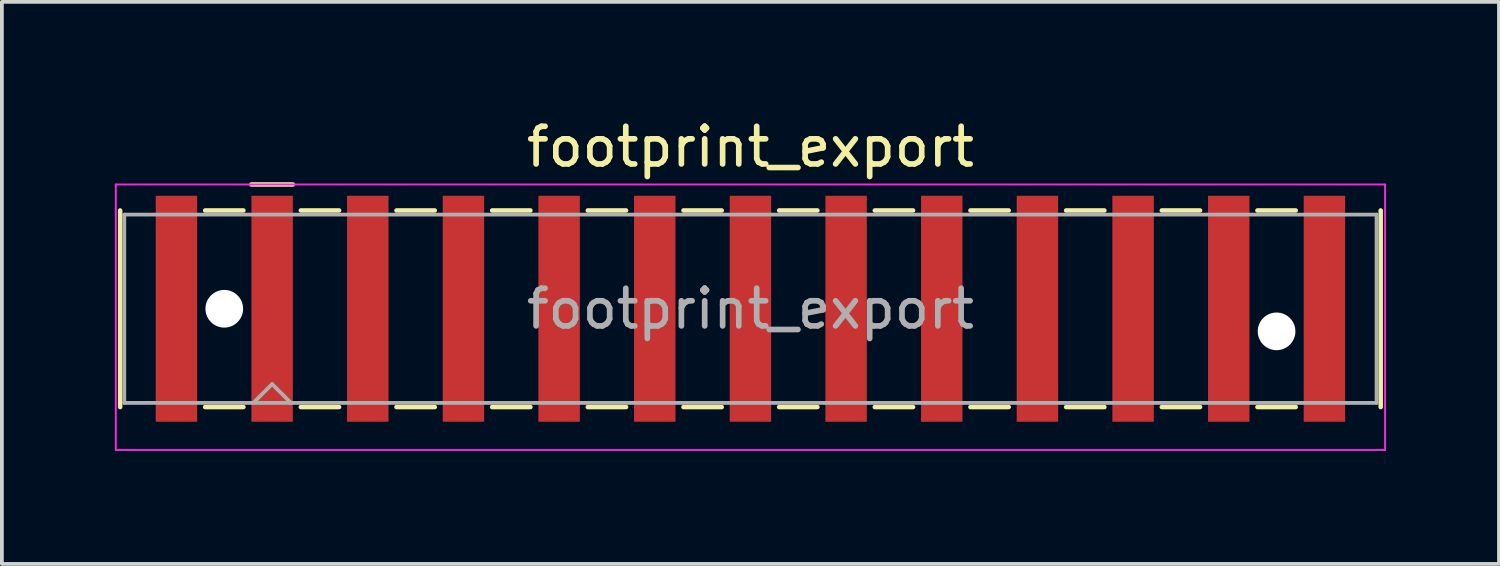
<source format=kicad_pcb>
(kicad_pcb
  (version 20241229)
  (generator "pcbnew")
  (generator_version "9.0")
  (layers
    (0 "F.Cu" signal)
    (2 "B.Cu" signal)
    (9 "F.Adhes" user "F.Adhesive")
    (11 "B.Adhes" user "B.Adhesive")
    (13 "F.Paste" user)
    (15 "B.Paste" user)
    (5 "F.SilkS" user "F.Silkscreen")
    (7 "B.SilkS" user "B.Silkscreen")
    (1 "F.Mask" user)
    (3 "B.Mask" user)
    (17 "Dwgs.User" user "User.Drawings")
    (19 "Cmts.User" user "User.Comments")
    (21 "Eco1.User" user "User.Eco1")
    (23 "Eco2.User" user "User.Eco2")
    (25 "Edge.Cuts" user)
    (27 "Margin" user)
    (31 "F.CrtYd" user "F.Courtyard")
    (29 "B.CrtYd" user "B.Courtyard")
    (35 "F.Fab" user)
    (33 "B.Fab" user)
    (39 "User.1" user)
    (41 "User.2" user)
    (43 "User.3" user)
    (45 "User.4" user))
  (footprint "footprint_export"
    (layer "F.Cu")
    (at 16.875 5.148)
    (property "Reference" "footprint_export" (at 0 -4.3 0) (layer "F.SilkS") (effects (font (size 1 1) (thickness 0.15))))
    (attr smd)
    (fp_line (start -16.735 -2.61) (end -16.735 2.61) (stroke (width 0.12) (type solid)) (layer "F.SilkS"))
    (fp_line (start -14.478 -2.61) (end -13.462 -2.61) (stroke (width 0.12) (type solid)) (layer "F.SilkS"))
    (fp_line (start -14.478 2.61) (end -13.462 2.61) (stroke (width 0.12) (type solid)) (layer "F.SilkS"))
    (fp_line (start -13.25 -3.3) (end -12.15 -3.3) (stroke (width 0.12) (type solid)) (layer "F.SilkS"))
    (fp_line (start -11.938 -2.61) (end -10.922 -2.61) (stroke (width 0.12) (type solid)) (layer "F.SilkS"))
    (fp_line (start -11.938 2.61) (end -10.922 2.61) (stroke (width 0.12) (type solid)) (layer "F.SilkS"))
    (fp_line (start -9.398 -2.61) (end -8.382 -2.61) (stroke (width 0.12) (type solid)) (layer "F.SilkS"))
    (fp_line (start -9.398 2.61) (end -8.382 2.61) (stroke (width 0.12) (type solid)) (layer "F.SilkS"))
    (fp_line (start -6.858 -2.61) (end -5.842 -2.61) (stroke (width 0.12) (type solid)) (layer "F.SilkS"))
    (fp_line (start -6.858 2.61) (end -5.842 2.61) (stroke (width 0.12) (type solid)) (layer "F.SilkS"))
    (fp_line (start -4.318 -2.61) (end -3.302 -2.61) (stroke (width 0.12) (type solid)) (layer "F.SilkS"))
    (fp_line (start -4.318 2.61) (end -3.302 2.61) (stroke (width 0.12) (type solid)) (layer "F.SilkS"))
    (fp_line (start -1.778 -2.61) (end -0.762 -2.61) (stroke (width 0.12) (type solid)) (layer "F.SilkS"))
    (fp_line (start -1.778 2.61) (end -0.762 2.61) (stroke (width 0.12) (type solid)) (layer "F.SilkS"))
    (fp_line (start 0.762 -2.61) (end 1.778 -2.61) (stroke (width 0.12) (type solid)) (layer "F.SilkS"))
    (fp_line (start 0.762 2.61) (end 1.778 2.61) (stroke (width 0.12) (type solid)) (layer "F.SilkS"))
    (fp_line (start 3.302 -2.61) (end 4.318 -2.61) (stroke (width 0.12) (type solid)) (layer "F.SilkS"))
    (fp_line (start 3.302 2.61) (end 4.318 2.61) (stroke (width 0.12) (type solid)) (layer "F.SilkS"))
    (fp_line (start 5.842 -2.61) (end 6.858 -2.61) (stroke (width 0.12) (type solid)) (layer "F.SilkS"))
    (fp_line (start 5.842 2.61) (end 6.858 2.61) (stroke (width 0.12) (type solid)) (layer "F.SilkS"))
    (fp_line (start 8.382 -2.61) (end 9.398 -2.61) (stroke (width 0.12) (type solid)) (layer "F.SilkS"))
    (fp_line (start 8.382 2.61) (end 9.398 2.61) (stroke (width 0.12) (type solid)) (layer "F.SilkS"))
    (fp_line (start 10.922 -2.61) (end 11.938 -2.61) (stroke (width 0.12) (type solid)) (layer "F.SilkS"))
    (fp_line (start 10.922 2.61) (end 11.938 2.61) (stroke (width 0.12) (type solid)) (layer "F.SilkS"))
    (fp_line (start 13.462 -2.61) (end 14.478 -2.61) (stroke (width 0.12) (type solid)) (layer "F.SilkS"))
    (fp_line (start 13.462 2.61) (end 14.478 2.61) (stroke (width 0.12) (type solid)) (layer "F.SilkS"))
    (fp_line (start 16.735 -2.61) (end 16.735 2.61) (stroke (width 0.12) (type solid)) (layer "F.SilkS"))
    (fp_line (start -16.85 -3.3) (end -16.85 3.75) (stroke (width 0.05) (type solid)) (layer "F.CrtYd"))
    (fp_line (start -16.85 3.75) (end 16.85 3.75) (stroke (width 0.05) (type solid)) (layer "F.CrtYd"))
    (fp_line (start 16.85 -3.3) (end -16.85 -3.3) (stroke (width 0.05) (type solid)) (layer "F.CrtYd"))
    (fp_line (start 16.85 3.75) (end 16.85 -3.3) (stroke (width 0.05) (type solid)) (layer "F.CrtYd"))
    (fp_line (start -16.625 -2.5) (end -16.625 2.5) (stroke (width 0.1) (type solid)) (layer "F.Fab"))
    (fp_line (start -16.625 2.5) (end 16.625 2.5) (stroke (width 0.1) (type solid)) (layer "F.Fab"))
    (fp_line (start -13.2 2.5) (end -12.7 2) (stroke (width 0.1) (type solid)) (layer "F.Fab"))
    (fp_line (start -12.7 2) (end -12.2 2.5) (stroke (width 0.1) (type solid)) (layer "F.Fab"))
    (fp_line (start 16.625 -2.5) (end -16.625 -2.5) (stroke (width 0.1) (type solid)) (layer "F.Fab"))
    (fp_line (start 16.625 2.5) (end 16.625 -2.5) (stroke (width 0.1) (type solid)) (layer "F.Fab"))
    (fp_text user "${REFERENCE}" (at 0 0 0) (layer "F.Fab") (effects (font (size 1 1) (thickness 0.15))))
    (pad "" np_thru_hole circle (at -13.97 0) (size 1 1) (drill 1) (layers "*.Cu" "*.Mask"))
    (pad "" np_thru_hole circle (at 13.97 0.6) (size 1 1) (drill 1) (layers "*.Cu" "*.Mask"))
    (pad "1" smd rect (at -12.7 0) (size 1.1 6) (layers "F.Cu" "F.Mask" "F.Paste"))
    (pad "2" smd rect (at -10.16 0) (size 1.1 6) (layers "F.Cu" "F.Mask" "F.Paste"))
    (pad "3" smd rect (at -7.62 0) (size 1.1 6) (layers "F.Cu" "F.Mask" "F.Paste"))
    (pad "4" smd rect (at -5.08 0) (size 1.1 6) (layers "F.Cu" "F.Mask" "F.Paste"))
    (pad "5" smd rect (at -2.54 0) (size 1.1 6) (layers "F.Cu" "F.Mask" "F.Paste"))
    (pad "6" smd rect (at 0 0) (size 1.1 6) (layers "F.Cu" "F.Mask" "F.Paste"))
    (pad "7" smd rect (at 2.54 0) (size 1.1 6) (layers "F.Cu" "F.Mask" "F.Paste"))
    (pad "8" smd rect (at 5.08 0) (size 1.1 6) (layers "F.Cu" "F.Mask" "F.Paste"))
    (pad "9" smd rect (at 7.62 0) (size 1.1 6) (layers "F.Cu" "F.Mask" "F.Paste"))
    (pad "10" smd rect (at 10.16 0) (size 1.1 6) (layers "F.Cu" "F.Mask" "F.Paste"))
    (pad "11" smd rect (at 12.7 0) (size 1.1 6) (layers "F.Cu" "F.Mask" "F.Paste"))
    (pad "MP" smd rect (at -15.24 0) (size 1.1 6) (layers "F.Cu" "F.Mask" "F.Paste"))
    (pad "MP" smd rect (at 15.24 0) (size 1.1 6) (layers "F.Cu" "F.Mask" "F.Paste")))
  (gr_rect
    (start -3 -3)
    (end 36.75 11.923)
    (stroke (width 0.1) (type default))
    (fill no)
    (layer "Edge.Cuts")))
</source>
